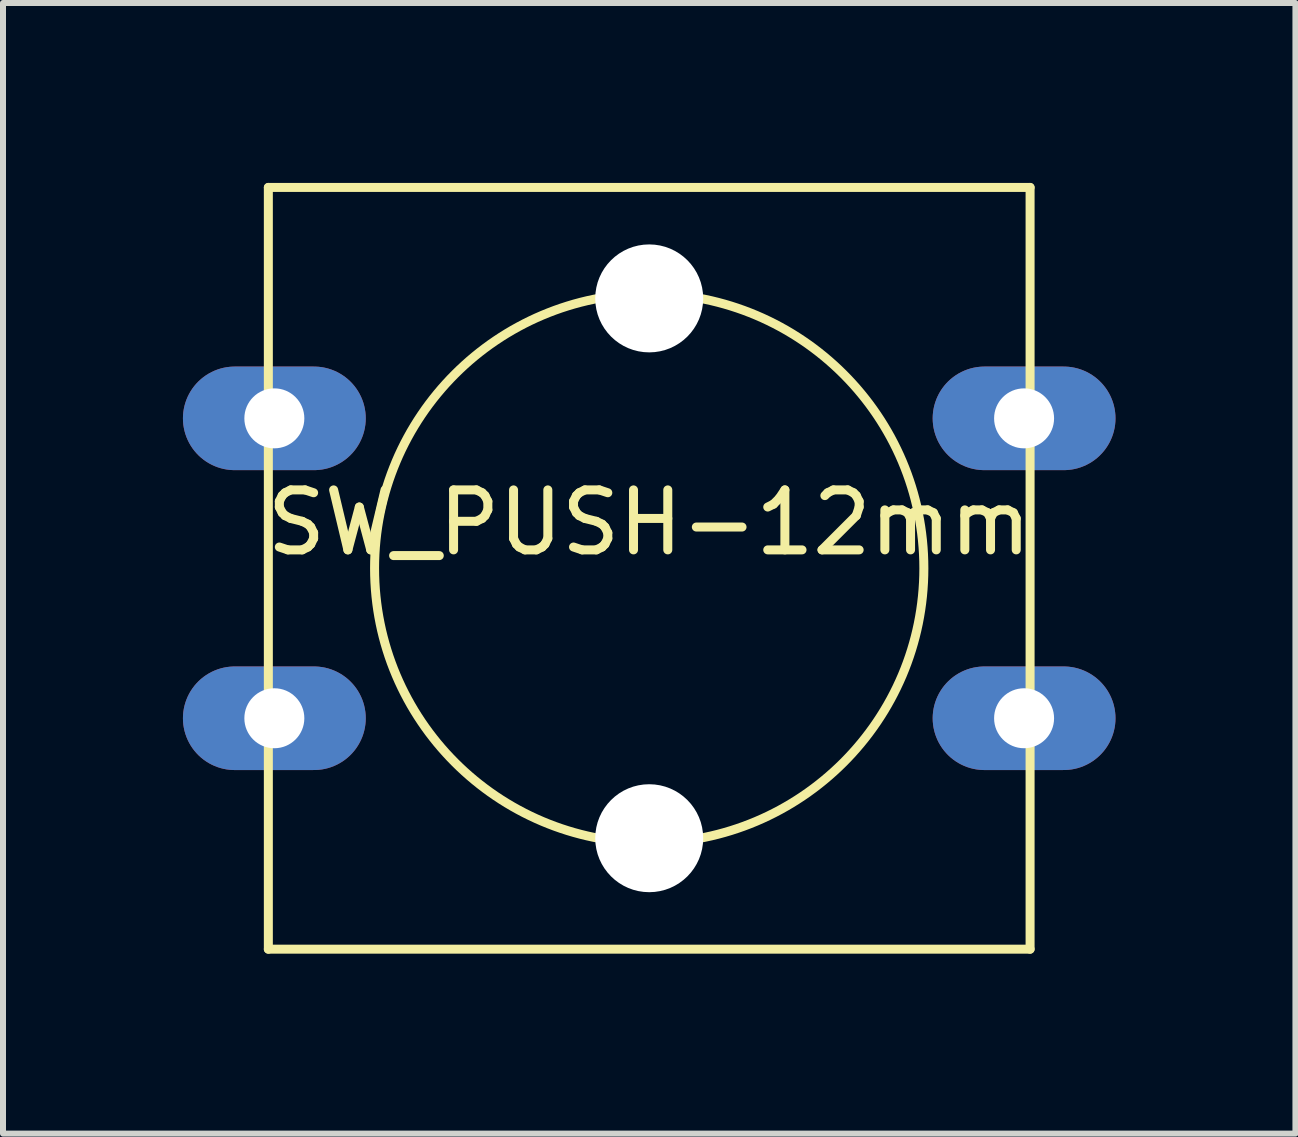
<source format=kicad_pcb>
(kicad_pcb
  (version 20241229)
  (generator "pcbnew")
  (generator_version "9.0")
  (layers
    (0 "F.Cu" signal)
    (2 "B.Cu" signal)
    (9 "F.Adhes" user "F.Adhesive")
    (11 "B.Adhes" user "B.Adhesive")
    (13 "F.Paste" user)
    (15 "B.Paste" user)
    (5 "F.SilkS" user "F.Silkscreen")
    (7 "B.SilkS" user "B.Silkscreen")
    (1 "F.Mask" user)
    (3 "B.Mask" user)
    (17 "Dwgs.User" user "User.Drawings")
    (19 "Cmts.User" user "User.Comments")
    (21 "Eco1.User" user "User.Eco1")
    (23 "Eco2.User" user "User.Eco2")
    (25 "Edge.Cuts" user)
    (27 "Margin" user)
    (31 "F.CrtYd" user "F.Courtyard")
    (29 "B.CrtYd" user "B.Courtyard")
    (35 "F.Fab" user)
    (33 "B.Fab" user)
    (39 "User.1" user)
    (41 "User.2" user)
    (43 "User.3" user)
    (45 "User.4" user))
  (footprint "SW_PUSH-12mm"
    (layer "F.Cu")
    (at 7.774 6.425)
    (property "Reference" "SW_PUSH-12mm" (at 0 -0.762 0) (layer "F.SilkS") (effects (font (size 1 1) (thickness 0.15))))
    (attr through_hole)
    (fp_line (start -6.35 -6.35) (end 6.35 -6.35) (stroke (width 0.15) (type solid)) (layer "F.SilkS"))
    (fp_line (start -6.35 6.35) (end -6.35 -6.35) (stroke (width 0.15) (type solid)) (layer "F.SilkS"))
    (fp_line (start 6.35 -6.35) (end 6.35 6.35) (stroke (width 0.15) (type solid)) (layer "F.SilkS"))
    (fp_line (start 6.35 6.35) (end -6.35 6.35) (stroke (width 0.15) (type solid)) (layer "F.SilkS"))
    (fp_circle (center 0 0) (end 3.81 2.54) (stroke (width 0.15) (type solid)) (fill no) (layer "F.SilkS"))
    (pad "" np_thru_hole circle (at 0 -4.5) (size 1.8 1.8) (drill 1.8) (layers "*.Cu" "*.Mask"))
    (pad "" np_thru_hole circle (at 0 4.5) (size 1.8 1.8) (drill 1.8) (layers "*.Cu" "*.Mask"))
    (pad "1" thru_hole oval (at -6.25 -2.5) (size 3.048 1.727) (drill 1) (layers "*.Cu" "*.Mask"))
    (pad "1" thru_hole oval (at 6.25 -2.5) (size 3.048 1.727) (drill 1) (layers "*.Cu" "*.Mask"))
    (pad "2" thru_hole oval (at -6.25 2.5) (size 3.048 1.727) (drill 1) (layers "*.Cu" "*.Mask"))
    (pad "2" thru_hole oval (at 6.25 2.5) (size 3.048 1.727) (drill 1) (layers "*.Cu" "*.Mask")))
  (gr_rect
    (start -3 -3)
    (end 18.548 15.85)
    (stroke (width 0.1) (type default))
    (fill no)
    (layer "Edge.Cuts")))
</source>
